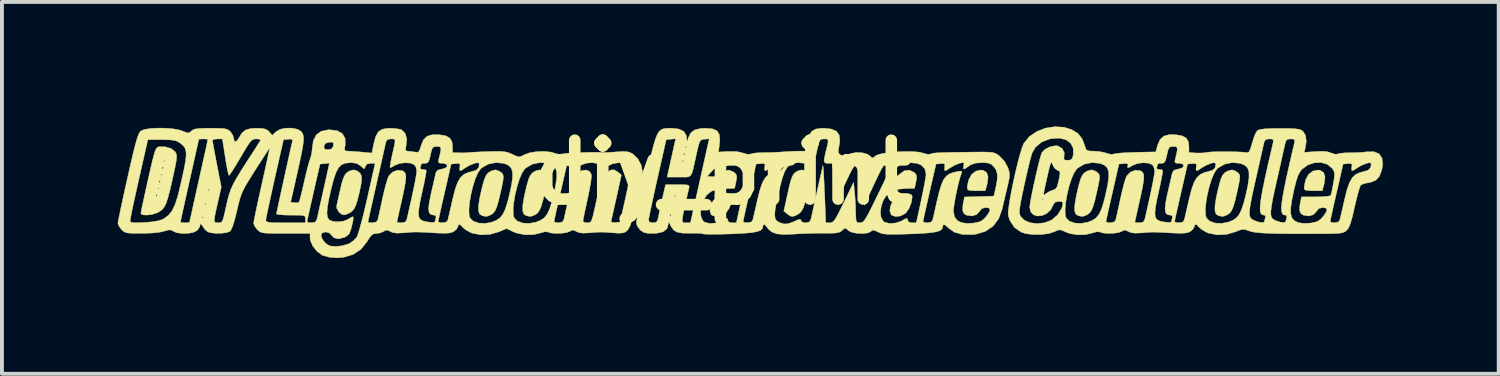
<source format=kicad_pcb>
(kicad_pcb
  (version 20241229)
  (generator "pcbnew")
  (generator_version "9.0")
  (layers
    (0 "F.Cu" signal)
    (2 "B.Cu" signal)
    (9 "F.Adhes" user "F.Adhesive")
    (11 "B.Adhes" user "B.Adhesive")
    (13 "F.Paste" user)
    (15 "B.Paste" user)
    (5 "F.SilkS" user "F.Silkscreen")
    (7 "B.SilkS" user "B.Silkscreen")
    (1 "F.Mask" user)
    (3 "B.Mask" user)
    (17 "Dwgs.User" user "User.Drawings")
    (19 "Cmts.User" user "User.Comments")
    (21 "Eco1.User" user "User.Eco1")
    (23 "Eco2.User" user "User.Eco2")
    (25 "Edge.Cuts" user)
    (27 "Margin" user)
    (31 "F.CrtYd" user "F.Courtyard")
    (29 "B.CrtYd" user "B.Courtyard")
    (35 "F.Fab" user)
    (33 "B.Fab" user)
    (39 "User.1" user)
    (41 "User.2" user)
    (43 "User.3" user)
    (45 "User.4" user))
  (footprint "diy_print"
    (layer "F.Cu")
    (at 15.687 1.418)
    (property "Reference" "diy_print" (at 0 0 0) (layer "F.SilkS") (effects (font (size 1.524 1.524) (thickness 0.3))))
    (attr through_hole)
    (fp_poly (pts (xy 0.213 0.575) (xy 0.237 0.622) (xy 0.213 0.779) (xy 0.153 0.933) (xy 0.07 1.049) (xy 0.053 1.065) (xy -0.066 1.127) (xy -0.19 1.143) (xy -0.29 1.111) (xy -0.314 1.089) (xy -0.345 0.996) (xy -0.328 0.873) (xy -0.271 0.747) (xy -0.19 0.652) (xy -0.087 0.589) (xy 0.029 0.555) (xy 0.137 0.549) (xy 0.213 0.575)) (stroke (width 0.01) (type solid)) (fill yes) (layer "F.SilkS"))
    (fp_poly (pts (xy 4.874 0.575) (xy 4.898 0.622) (xy 4.874 0.779) (xy 4.814 0.933) (xy 4.732 1.049) (xy 4.714 1.065) (xy 4.595 1.127) (xy 4.471 1.143) (xy 4.371 1.111) (xy 4.348 1.089) (xy 4.316 0.996) (xy 4.333 0.873) (xy 4.39 0.747) (xy 4.471 0.652) (xy 4.575 0.589) (xy 4.691 0.555) (xy 4.798 0.549) (xy 4.874 0.575)) (stroke (width 0.01) (type solid)) (fill yes) (layer "F.SilkS"))
    (fp_poly (pts (xy 6.735 -0.056) (xy 6.826 0.002) (xy 6.862 0.115) (xy 6.842 0.283) (xy 6.835 0.311) (xy 6.791 0.474) (xy 6.556 0.474) (xy 6.422 0.47) (xy 6.351 0.456) (xy 6.323 0.427) (xy 6.321 0.405) (xy 6.331 0.322) (xy 6.356 0.208) (xy 6.362 0.188) (xy 6.433 0.053) (xy 6.547 -0.036) (xy 6.683 -0.063) (xy 6.735 -0.056)) (stroke (width 0.01) (type solid)) (fill yes) (layer "F.SilkS"))
    (fp_poly (pts (xy 15.465 -0.056) (xy 15.556 0.002) (xy 15.592 0.115) (xy 15.572 0.283) (xy 15.565 0.311) (xy 15.521 0.474) (xy 15.286 0.474) (xy 15.153 0.47) (xy 15.081 0.456) (xy 15.053 0.427) (xy 15.051 0.405) (xy 15.061 0.322) (xy 15.086 0.208) (xy 15.092 0.188) (xy 15.163 0.053) (xy 15.277 -0.036) (xy 15.413 -0.063) (xy 15.465 -0.056)) (stroke (width 0.01) (type solid)) (fill yes) (layer "F.SilkS"))
    (fp_poly (pts (xy 2.121 -0.043) (xy 2.153 -0.024) (xy 2.207 0.021) (xy 2.238 0.079) (xy 2.247 0.162) (xy 2.232 0.287) (xy 2.196 0.467) (xy 2.171 0.58) (xy 2.121 0.777) (xy 2.076 0.913) (xy 2.028 1.003) (xy 1.967 1.063) (xy 1.909 1.1) (xy 1.812 1.14) (xy 1.737 1.129) (xy 1.658 1.074) (xy 1.57 1.002) (xy 1.66 0.59) (xy 1.71 0.366) (xy 1.752 0.207) (xy 1.791 0.1) (xy 1.833 0.03) (xy 1.884 -0.014) (xy 1.941 -0.042) (xy 2.038 -0.068) (xy 2.121 -0.043)) (stroke (width 0.01) (type solid)) (fill yes) (layer "F.SilkS"))
    (fp_poly (pts (xy -9.496 -0.045) (xy -9.461 -0.024) (xy -9.403 0.026) (xy -9.372 0.092) (xy -9.367 0.189) (xy -9.387 0.333) (xy -9.423 0.501) (xy -9.474 0.711) (xy -9.521 0.857) (xy -9.572 0.955) (xy -9.632 1.018) (xy -9.682 1.049) (xy -9.79 1.096) (xy -9.864 1.095) (xy -9.936 1.045) (xy -9.955 1.026) (xy -10.015 0.924) (xy -10.014 0.859) (xy -9.996 0.776) (xy -9.967 0.645) (xy -9.933 0.494) (xy -9.885 0.287) (xy -9.84 0.144) (xy -9.793 0.05) (xy -9.735 -0.008) (xy -9.675 -0.041) (xy -9.578 -0.068) (xy -9.496 -0.045)) (stroke (width 0.01) (type solid)) (fill yes) (layer "F.SilkS"))
    (fp_poly (pts (xy -5.81 -0.038) (xy -5.787 -0.024) (xy -5.736 0.013) (xy -5.706 0.054) (xy -5.695 0.113) (xy -5.704 0.206) (xy -5.731 0.349) (xy -5.767 0.511) (xy -5.819 0.731) (xy -5.865 0.887) (xy -5.91 0.991) (xy -5.961 1.057) (xy -6.024 1.099) (xy -6.03 1.102) (xy -6.109 1.134) (xy -6.171 1.137) (xy -6.251 1.118) (xy -6.311 1.079) (xy -6.34 0.996) (xy -6.339 0.86) (xy -6.309 0.663) (xy -6.279 0.526) (xy -6.229 0.317) (xy -6.186 0.171) (xy -6.143 0.075) (xy -6.093 0.013) (xy -6.028 -0.028) (xy -5.996 -0.043) (xy -5.898 -0.068) (xy -5.81 -0.038)) (stroke (width 0.01) (type solid)) (fill yes) (layer "F.SilkS"))
    (fp_poly (pts (xy -4.665 -0.038) (xy -4.642 -0.024) (xy -4.591 0.013) (xy -4.56 0.054) (xy -4.549 0.113) (xy -4.558 0.206) (xy -4.586 0.349) (xy -4.621 0.511) (xy -4.673 0.731) (xy -4.719 0.887) (xy -4.765 0.991) (xy -4.816 1.057) (xy -4.879 1.099) (xy -4.885 1.102) (xy -4.964 1.134) (xy -5.025 1.137) (xy -5.106 1.118) (xy -5.165 1.079) (xy -5.194 0.996) (xy -5.194 0.86) (xy -5.163 0.663) (xy -5.134 0.526) (xy -5.084 0.317) (xy -5.041 0.171) (xy -4.998 0.075) (xy -4.947 0.013) (xy -4.883 -0.028) (xy -4.85 -0.043) (xy -4.752 -0.068) (xy -4.665 -0.038)) (stroke (width 0.01) (type solid)) (fill yes) (layer "F.SilkS"))
    (fp_poly (pts (xy 9.635 -0.038) (xy 9.658 -0.024) (xy 9.709 0.013) (xy 9.74 0.054) (xy 9.75 0.113) (xy 9.742 0.206) (xy 9.714 0.349) (xy 9.679 0.511) (xy 9.627 0.731) (xy 9.581 0.887) (xy 9.535 0.991) (xy 9.484 1.057) (xy 9.421 1.099) (xy 9.415 1.102) (xy 9.336 1.134) (xy 9.274 1.137) (xy 9.194 1.118) (xy 9.135 1.079) (xy 9.105 0.996) (xy 9.106 0.86) (xy 9.137 0.663) (xy 9.166 0.526) (xy 9.216 0.317) (xy 9.259 0.171) (xy 9.302 0.075) (xy 9.352 0.013) (xy 9.417 -0.028) (xy 9.45 -0.043) (xy 9.548 -0.068) (xy 9.635 -0.038)) (stroke (width 0.01) (type solid)) (fill yes) (layer "F.SilkS"))
    (fp_poly (pts (xy 13.269 -0.038) (xy 13.292 -0.024) (xy 13.343 0.013) (xy 13.374 0.054) (xy 13.385 0.113) (xy 13.376 0.206) (xy 13.348 0.349) (xy 13.313 0.511) (xy 13.261 0.731) (xy 13.215 0.887) (xy 13.169 0.991) (xy 13.118 1.057) (xy 13.055 1.099) (xy 13.049 1.102) (xy 12.97 1.134) (xy 12.909 1.137) (xy 12.828 1.118) (xy 12.769 1.079) (xy 12.74 0.996) (xy 12.741 0.86) (xy 12.771 0.663) (xy 12.8 0.526) (xy 12.85 0.317) (xy 12.893 0.171) (xy 12.936 0.075) (xy 12.987 0.013) (xy 13.051 -0.028) (xy 13.084 -0.043) (xy 13.182 -0.068) (xy 13.269 -0.038)) (stroke (width 0.01) (type solid)) (fill yes) (layer "F.SilkS"))
    (fp_poly (pts (xy -14.454 -0.664) (xy -14.306 -0.621) (xy -14.204 -0.542) (xy -14.196 -0.532) (xy -14.174 -0.491) (xy -14.162 -0.444) (xy -14.161 -0.379) (xy -14.174 -0.281) (xy -14.201 -0.139) (xy -14.244 0.06) (xy -14.275 0.204) (xy -14.336 0.466) (xy -14.388 0.663) (xy -14.436 0.805) (xy -14.487 0.904) (xy -14.547 0.973) (xy -14.62 1.022) (xy -14.684 1.052) (xy -14.802 1.089) (xy -14.924 1.104) (xy -15.025 1.1) (xy -15.082 1.074) (xy -15.088 1.057) (xy -15.079 1.005) (xy -15.055 0.888) (xy -15.019 0.718) (xy -14.991 0.593) (xy -14.695 0.593) (xy -14.68 0.625) (xy -14.669 0.619) (xy -14.664 0.572) (xy -14.669 0.566) (xy -14.692 0.572) (xy -14.695 0.593) (xy -14.991 0.593) (xy -14.973 0.508) (xy -14.952 0.415) (xy -14.655 0.415) (xy -14.636 0.435) (xy -14.616 0.415) (xy -14.636 0.395) (xy -14.655 0.415) (xy -14.952 0.415) (xy -14.919 0.268) (xy -14.913 0.237) (xy -14.616 0.237) (xy -14.601 0.27) (xy -14.59 0.263) (xy -14.585 0.216) (xy -14.59 0.211) (xy -14.613 0.216) (xy -14.616 0.237) (xy -14.913 0.237) (xy -14.899 0.178) (xy -14.872 0.059) (xy -14.576 0.059) (xy -14.557 0.079) (xy -14.537 0.059) (xy -14.557 0.04) (xy -14.576 0.059) (xy -14.872 0.059) (xy -14.837 -0.096) (xy -14.832 -0.119) (xy -14.537 -0.119) (xy -14.522 -0.086) (xy -14.511 -0.092) (xy -14.506 -0.139) (xy -14.511 -0.145) (xy -14.534 -0.139) (xy -14.537 -0.119) (xy -14.832 -0.119) (xy -14.79 -0.296) (xy -14.497 -0.296) (xy -14.478 -0.277) (xy -14.458 -0.296) (xy -14.478 -0.316) (xy -14.497 -0.296) (xy -14.79 -0.296) (xy -14.789 -0.302) (xy -14.75 -0.451) (xy -14.719 -0.551) (xy -14.692 -0.614) (xy -14.665 -0.647) (xy -14.636 -0.662) (xy -14.62 -0.665) (xy -14.454 -0.664)) (stroke (width 0.01) (type solid)) (fill yes) (layer "F.SilkS"))
    (fp_poly (pts (xy -1.339 -1.146) (xy -1.148 -1.125) (xy -1.021 -1.064) (xy -0.956 -0.957) (xy -0.944 -0.879) (xy -0.941 -0.81) (xy -0.931 -0.809) (xy -0.909 -0.881) (xy -0.904 -0.897) (xy -0.842 -1.025) (xy -0.736 -1.104) (xy -0.576 -1.141) (xy -0.465 -1.146) (xy -0.281 -1.131) (xy -0.163 -1.081) (xy -0.102 -0.987) (xy -0.088 -0.838) (xy -0.095 -0.754) (xy -0.121 -0.529) (xy 0.129 -0.545) (xy 0.364 -0.541) (xy 0.519 -0.502) (xy 0.643 -0.467) (xy 0.716 -0.479) (xy 0.782 -0.497) (xy 0.9 -0.51) (xy 1.027 -0.514) (xy 1.213 -0.517) (xy 1.412 -0.525) (xy 1.521 -0.532) (xy 1.689 -0.543) (xy 1.858 -0.55) (xy 1.939 -0.552) (xy 2.121 -0.553) (xy 2.17 -0.774) (xy 2.222 -0.952) (xy 2.293 -1.064) (xy 2.397 -1.124) (xy 2.549 -1.145) (xy 2.59 -1.146) (xy 2.794 -1.127) (xy 2.931 -1.069) (xy 3.006 -0.967) (xy 3.021 -0.816) (xy 3.002 -0.69) (xy 2.982 -0.574) (xy 2.99 -0.503) (xy 3.033 -0.443) (xy 3.042 -0.435) (xy 3.121 -0.356) (xy 3.2 -0.435) (xy 3.304 -0.492) (xy 3.448 -0.517) (xy 3.603 -0.511) (xy 3.735 -0.473) (xy 3.792 -0.435) (xy 3.853 -0.382) (xy 3.895 -0.384) (xy 3.944 -0.429) (xy 4.02 -0.465) (xy 4.156 -0.496) (xy 4.333 -0.52) (xy 4.534 -0.536) (xy 4.738 -0.543) (xy 4.928 -0.54) (xy 5.085 -0.525) (xy 5.185 -0.5) (xy 5.304 -0.467) (xy 5.377 -0.478) (xy 5.401 -0.49) (xy 5.44 -0.499) (xy 5.503 -0.506) (xy 5.599 -0.512) (xy 5.737 -0.517) (xy 5.926 -0.521) (xy 6.175 -0.524) (xy 6.493 -0.528) (xy 6.521 -0.528) (xy 6.728 -0.53) (xy 6.873 -0.527) (xy 6.972 -0.518) (xy 7.042 -0.499) (xy 7.1 -0.469) (xy 7.159 -0.425) (xy 7.288 -0.288) (xy 7.371 -0.135) (xy 7.402 -0.046) (xy 7.418 0.028) (xy 7.417 0.109) (xy 7.397 0.219) (xy 7.36 0.381) (xy 7.353 0.409) (xy 7.309 0.593) (xy 7.268 0.77) (xy 7.235 0.91) (xy 7.227 0.947) (xy 7.138 1.196) (xy 6.993 1.39) (xy 6.796 1.525) (xy 6.55 1.599) (xy 6.462 1.61) (xy 6.197 1.606) (xy 5.988 1.547) (xy 5.838 1.44) (xy 5.752 1.362) (xy 5.703 1.351) (xy 5.688 1.401) (xy 5.675 1.457) (xy 5.628 1.501) (xy 5.539 1.534) (xy 5.4 1.558) (xy 5.202 1.576) (xy 4.936 1.59) (xy 4.834 1.593) (xy 4.582 1.601) (xy 4.395 1.604) (xy 4.26 1.601) (xy 4.164 1.592) (xy 4.092 1.576) (xy 4.032 1.552) (xy 4.015 1.543) (xy 3.918 1.5) (xy 3.862 1.498) (xy 3.828 1.526) (xy 3.752 1.566) (xy 3.629 1.583) (xy 3.486 1.579) (xy 3.351 1.556) (xy 3.253 1.513) (xy 3.239 1.501) (xy 3.179 1.448) (xy 3.137 1.45) (xy 3.082 1.501) (xy 3.037 1.537) (xy 2.977 1.559) (xy 2.886 1.571) (xy 2.747 1.575) (xy 2.598 1.574) (xy 2.368 1.575) (xy 2.112 1.582) (xy 1.876 1.594) (xy 1.813 1.598) (xy 1.571 1.608) (xy 1.39 1.591) (xy 1.26 1.544) (xy 1.166 1.464) (xy 1.136 1.421) (xy 1.079 1.354) (xy 1.039 1.353) (xy 1.027 1.401) (xy 1.013 1.457) (xy 0.966 1.501) (xy 0.878 1.534) (xy 0.739 1.558) (xy 0.541 1.576) (xy 0.275 1.59) (xy 0.173 1.593) (xy -0.051 1.599) (xy -0.246 1.602) (xy -0.4 1.601) (xy -0.499 1.596) (xy -0.53 1.59) (xy -0.579 1.579) (xy -0.685 1.573) (xy -0.828 1.574) (xy -0.85 1.574) (xy -1.05 1.572) (xy -1.189 1.548) (xy -1.283 1.494) (xy -1.348 1.404) (xy -1.364 1.37) (xy -1.4 1.294) (xy -1.417 1.288) (xy -1.421 1.333) (xy -1.456 1.456) (xy -1.557 1.537) (xy -1.724 1.576) (xy -1.819 1.58) (xy -1.964 1.575) (xy -2.058 1.553) (xy -2.129 1.507) (xy -2.155 1.483) (xy -2.221 1.397) (xy -2.251 1.32) (xy -2.251 1.315) (xy -2.243 1.26) (xy -2.238 1.234) (xy -1.934 1.234) (xy -1.911 1.287) (xy -1.828 1.304) (xy -1.822 1.304) (xy -1.744 1.294) (xy -1.704 1.249) (xy -1.68 1.155) (xy -1.67 1.106) (xy -1.383 1.106) (xy -1.368 1.139) (xy -1.356 1.132) (xy -1.352 1.086) (xy -1.356 1.08) (xy -1.38 1.085) (xy -1.383 1.106) (xy -1.67 1.106) (xy -1.658 1.048) (xy -1.637 0.948) (xy -1.343 0.948) (xy -1.329 0.981) (xy -1.317 0.974) (xy -1.312 0.928) (xy -1.317 0.922) (xy -1.34 0.927) (xy -1.343 0.948) (xy -1.637 0.948) (xy -1.625 0.892) (xy -1.598 0.77) (xy -1.304 0.77) (xy -1.284 0.79) (xy -1.264 0.77) (xy -1.284 0.751) (xy -1.304 0.77) (xy -1.598 0.77) (xy -1.586 0.716) (xy -1.573 0.662) (xy -1.562 0.612) (xy -1.264 0.612) (xy -1.244 0.632) (xy -1.225 0.612) (xy -1.244 0.593) (xy -1.264 0.612) (xy -1.562 0.612) (xy -1.494 0.316) (xy -1.181 0.316) (xy -1.025 0.317) (xy -0.934 0.323) (xy -0.891 0.34) (xy -0.882 0.37) (xy -0.888 0.405) (xy -0.954 0.691) (xy -1.003 0.909) (xy -1.036 1.068) (xy -1.055 1.177) (xy -1.059 1.246) (xy -1.05 1.285) (xy -1.027 1.301) (xy -0.993 1.304) (xy -0.958 1.304) (xy -0.849 1.303) (xy -0.786 1.02) (xy -0.588 1.02) (xy -0.573 1.158) (xy -0.517 1.261) (xy -0.474 1.292) (xy -0.343 1.322) (xy -0.185 1.308) (xy -0.035 1.254) (xy -0.011 1.24) (xy 0.072 1.194) (xy 0.11 1.196) (xy 0.119 1.244) (xy 0.153 1.292) (xy 0.23 1.304) (xy 0.341 1.304) (xy 0.347 1.274) (xy 0.515 1.274) (xy 0.548 1.295) (xy 0.629 1.304) (xy 0.73 1.281) (xy 0.764 1.234) (xy 0.78 1.17) (xy 0.796 1.104) (xy 1.334 1.104) (xy 1.347 1.192) (xy 1.383 1.25) (xy 1.444 1.29) (xy 1.474 1.303) (xy 1.576 1.334) (xy 1.672 1.33) (xy 1.793 1.289) (xy 1.847 1.265) (xy 1.95 1.222) (xy 2.001 1.216) (xy 2.015 1.243) (xy 2.015 1.246) (xy 2.05 1.291) (xy 2.132 1.304) (xy 2.225 1.287) (xy 2.268 1.227) (xy 2.271 1.215) (xy 2.287 1.147) (xy 2.316 1.017) (xy 2.355 0.841) (xy 2.4 0.633) (xy 2.431 0.494) (xy 2.479 0.279) (xy 2.521 0.091) (xy 2.555 -0.058) (xy 2.577 -0.152) (xy 2.583 -0.178) (xy 2.589 -0.153) (xy 2.596 -0.06) (xy 2.605 0.089) (xy 2.615 0.283) (xy 2.625 0.512) (xy 2.627 0.543) (xy 2.657 1.304) (xy 2.764 1.304) (xy 2.808 1.298) (xy 2.848 1.275) (xy 2.892 1.224) (xy 2.947 1.133) (xy 3.02 0.992) (xy 3.118 0.792) (xy 3.124 0.78) (xy 3.377 0.257) (xy 3.403 0.494) (xy 3.417 0.664) (xy 3.428 0.864) (xy 3.432 1.017) (xy 3.436 1.165) (xy 3.445 1.25) (xy 3.466 1.29) (xy 3.506 1.302) (xy 3.545 1.302) (xy 3.584 1.298) (xy 3.62 1.279) (xy 3.66 1.237) (xy 3.709 1.162) (xy 3.773 1.046) (xy 3.786 1.02) (xy 4.073 1.02) (xy 4.088 1.158) (xy 4.144 1.261) (xy 4.187 1.292) (xy 4.318 1.322) (xy 4.476 1.308) (xy 4.626 1.254) (xy 4.65 1.24) (xy 4.734 1.194) (xy 4.771 1.196) (xy 4.78 1.244) (xy 4.815 1.292) (xy 4.891 1.304) (xy 5.002 1.304) (xy 5.009 1.274) (xy 5.176 1.274) (xy 5.21 1.295) (xy 5.292 1.304) (xy 5.293 1.304) (xy 5.385 1.287) (xy 5.427 1.228) (xy 5.431 1.215) (xy 5.448 1.137) (xy 5.478 1.006) (xy 5.515 0.844) (xy 5.531 0.77) (xy 5.593 0.512) (xy 5.651 0.32) (xy 5.711 0.184) (xy 5.782 0.092) (xy 5.871 0.032) (xy 5.986 -0.006) (xy 6.056 -0.021) (xy 6.151 -0.036) (xy 6.185 -0.025) (xy 6.174 0.021) (xy 6.164 0.045) (xy 6.131 0.146) (xy 6.09 0.3) (xy 6.049 0.484) (xy 6.011 0.673) (xy 5.982 0.842) (xy 5.966 0.969) (xy 5.965 0.999) (xy 5.992 1.152) (xy 6.078 1.254) (xy 6.182 1.302) (xy 6.318 1.32) (xy 6.482 1.312) (xy 6.631 1.281) (xy 6.683 1.26) (xy 6.761 1.198) (xy 6.841 1.106) (xy 6.898 1.014) (xy 6.913 0.962) (xy 6.878 0.921) (xy 6.801 0.909) (xy 6.698 0.935) (xy 6.646 1.002) (xy 6.566 1.091) (xy 6.445 1.128) (xy 6.306 1.108) (xy 6.303 1.107) (xy 6.234 1.062) (xy 6.204 0.985) (xy 6.208 0.86) (xy 6.226 0.757) (xy 6.251 0.635) (xy 6.631 0.624) (xy 7.011 0.612) (xy 7.057 0.415) (xy 7.096 0.21) (xy 7.103 0.06) (xy 7.076 -0.053) (xy 7.016 -0.145) (xy 6.95 -0.209) (xy 6.875 -0.242) (xy 6.763 -0.253) (xy 6.702 -0.254) (xy 6.538 -0.242) (xy 6.419 -0.202) (xy 6.363 -0.166) (xy 6.272 -0.102) (xy 6.229 -0.087) (xy 6.222 -0.122) (xy 6.231 -0.176) (xy 6.238 -0.24) (xy 6.212 -0.257) (xy 6.132 -0.24) (xy 6.117 -0.236) (xy 5.989 -0.184) (xy 5.878 -0.119) (xy 5.784 -0.056) (xy 5.739 -0.049) (xy 5.731 -0.098) (xy 5.738 -0.14) (xy 5.743 -0.21) (xy 5.708 -0.233) (xy 5.635 -0.229) (xy 5.513 -0.217) (xy 5.345 0.514) (xy 5.293 0.744) (xy 5.247 0.947) (xy 5.21 1.112) (xy 5.186 1.225) (xy 5.176 1.274) (xy 5.176 1.274) (xy 5.009 1.274) (xy 5.129 0.721) (xy 5.173 0.51) (xy 5.211 0.32) (xy 5.238 0.167) (xy 5.253 0.069) (xy 5.254 0.047) (xy 5.224 -0.094) (xy 5.133 -0.19) (xy 5.018 -0.237) (xy 4.802 -0.256) (xy 4.595 -0.204) (xy 4.416 -0.085) (xy 4.377 -0.045) (xy 4.251 0.099) (xy 4.378 0.111) (xy 4.501 0.099) (xy 4.574 0.044) (xy 4.689 -0.043) (xy 4.817 -0.061) (xy 4.937 -0.008) (xy 4.994 0.047) (xy 5.013 0.108) (xy 5.001 0.206) (xy 4.994 0.239) (xy 4.958 0.411) (xy 4.719 0.417) (xy 4.554 0.433) (xy 4.407 0.468) (xy 4.35 0.491) (xy 4.238 0.582) (xy 4.152 0.713) (xy 4.096 0.865) (xy 4.073 1.02) (xy 3.786 1.02) (xy 3.857 0.88) (xy 3.967 0.654) (xy 4.009 0.567) (xy 4.117 0.345) (xy 4.213 0.146) (xy 4.292 -0.018) (xy 4.348 -0.136) (xy 4.376 -0.197) (xy 4.378 -0.202) (xy 4.354 -0.227) (xy 4.277 -0.237) (xy 4.277 -0.237) (xy 4.231 -0.233) (xy 4.191 -0.214) (xy 4.15 -0.17) (xy 4.101 -0.09) (xy 4.035 0.037) (xy 3.947 0.222) (xy 3.908 0.305) (xy 3.654 0.848) (xy 3.627 0.671) (xy 3.615 0.549) (xy 3.605 0.379) (xy 3.599 0.191) (xy 3.598 0.126) (xy 3.595 -0.242) (xy 3.494 -0.23) (xy 3.451 -0.216) (xy 3.408 -0.181) (xy 3.359 -0.112) (xy 3.297 0.001) (xy 3.215 0.169) (xy 3.15 0.309) (xy 3.049 0.521) (xy 2.975 0.665) (xy 2.924 0.748) (xy 2.891 0.775) (xy 2.878 0.763) (xy 2.867 0.696) (xy 2.857 0.57) (xy 2.85 0.401) (xy 2.847 0.227) (xy 2.844 -0.237) (xy 2.726 -0.237) (xy 2.66 -0.241) (xy 2.624 -0.262) (xy 2.615 -0.315) (xy 2.63 -0.415) (xy 2.667 -0.573) (xy 2.703 -0.722) (xy 2.718 -0.81) (xy 2.709 -0.854) (xy 2.675 -0.868) (xy 2.611 -0.869) (xy 2.552 -0.864) (xy 2.512 -0.84) (xy 2.482 -0.778) (xy 2.451 -0.664) (xy 2.434 -0.588) (xy 2.402 -0.444) (xy 2.38 -0.328) (xy 2.37 -0.264) (xy 2.37 -0.262) (xy 2.349 -0.191) (xy 2.332 -0.16) (xy 2.297 -0.126) (xy 2.249 -0.146) (xy 2.21 -0.179) (xy 2.106 -0.237) (xy 1.955 -0.253) (xy 1.944 -0.253) (xy 1.827 -0.241) (xy 1.733 -0.205) (xy 1.657 -0.134) (xy 1.591 -0.02) (xy 1.531 0.147) (xy 1.469 0.378) (xy 1.429 0.546) (xy 1.376 0.792) (xy 1.344 0.975) (xy 1.334 1.104) (xy 0.796 1.104) (xy 0.809 1.047) (xy 0.847 0.882) (xy 0.89 0.693) (xy 0.89 0.693) (xy 0.954 0.442) (xy 1.018 0.259) (xy 1.092 0.132) (xy 1.183 0.049) (xy 1.298 -0.002) (xy 1.372 -0.019) (xy 1.5 -0.058) (xy 1.564 -0.122) (xy 1.579 -0.205) (xy 1.568 -0.247) (xy 1.519 -0.251) (xy 1.452 -0.234) (xy 1.323 -0.182) (xy 1.216 -0.119) (xy 1.123 -0.056) (xy 1.077 -0.049) (xy 1.07 -0.098) (xy 1.077 -0.14) (xy 1.082 -0.21) (xy 1.047 -0.233) (xy 0.974 -0.229) (xy 0.852 -0.217) (xy 0.684 0.514) (xy 0.632 0.744) (xy 0.586 0.947) (xy 0.549 1.112) (xy 0.525 1.225) (xy 0.515 1.274) (xy 0.515 1.274) (xy 0.347 1.274) (xy 0.467 0.721) (xy 0.512 0.51) (xy 0.549 0.32) (xy 0.577 0.167) (xy 0.592 0.069) (xy 0.593 0.047) (xy 0.563 -0.094) (xy 0.471 -0.19) (xy 0.357 -0.237) (xy 0.141 -0.256) (xy -0.067 -0.204) (xy -0.245 -0.085) (xy -0.284 -0.045) (xy -0.411 0.099) (xy -0.283 0.111) (xy -0.16 0.099) (xy -0.087 0.044) (xy 0.027 -0.043) (xy 0.155 -0.061) (xy 0.276 -0.008) (xy 0.333 0.047) (xy 0.352 0.108) (xy 0.339 0.206) (xy 0.333 0.239) (xy 0.296 0.411) (xy 0.058 0.417) (xy -0.107 0.433) (xy -0.254 0.468) (xy -0.311 0.491) (xy -0.423 0.582) (xy -0.509 0.713) (xy -0.566 0.865) (xy -0.588 1.02) (xy -0.786 1.02) (xy -0.675 0.523) (xy -0.616 0.261) (xy -0.559 0.003) (xy -0.506 -0.233) (xy -0.462 -0.429) (xy -0.432 -0.565) (xy -0.363 -0.873) (xy -0.487 -0.861) (xy -0.544 -0.853) (xy -0.584 -0.832) (xy -0.614 -0.783) (xy -0.643 -0.692) (xy -0.678 -0.545) (xy -0.695 -0.467) (xy -0.744 -0.243) (xy -0.78 -0.084) (xy -0.812 0.021) (xy -0.848 0.082) (xy -0.896 0.112) (xy -0.966 0.121) (xy -1.065 0.119) (xy -1.142 0.119) (xy -1.453 0.119) (xy -1.376 -0.227) (xy -1.361 -0.296) (xy -1.067 -0.296) (xy -1.047 -0.277) (xy -1.027 -0.296) (xy -1.047 -0.316) (xy -1.067 -0.296) (xy -1.361 -0.296) (xy -1.337 -0.404) (xy -1.321 -0.474) (xy -1.027 -0.474) (xy -1.013 -0.442) (xy -1.001 -0.448) (xy -0.996 -0.495) (xy -1.001 -0.5) (xy -1.024 -0.495) (xy -1.027 -0.474) (xy -1.321 -0.474) (xy -1.3 -0.57) (xy -1.282 -0.652) (xy -0.988 -0.652) (xy -0.968 -0.632) (xy -0.948 -0.652) (xy -0.968 -0.672) (xy -0.988 -0.652) (xy -1.282 -0.652) (xy -1.272 -0.697) (xy -1.266 -0.723) (xy -1.232 -0.874) (xy -1.354 -0.861) (xy -1.477 -0.849) (xy -1.705 0.158) (xy -1.766 0.432) (xy -1.821 0.683) (xy -1.868 0.9) (xy -1.904 1.072) (xy -1.927 1.187) (xy -1.934 1.234) (xy -2.238 1.234) (xy -2.219 1.137) (xy -2.182 0.959) (xy -2.134 0.734) (xy -2.077 0.474) (xy -2.014 0.189) (xy -1.998 0.12) (xy -1.921 -0.225) (xy -1.857 -0.501) (xy -1.802 -0.716) (xy -1.753 -0.876) (xy -1.706 -0.991) (xy -1.657 -1.067) (xy -1.6 -1.113) (xy -1.534 -1.136) (xy -1.452 -1.145) (xy -1.352 -1.146) (xy -1.339 -1.146)) (stroke (width 0.01) (type solid)) (fill yes) (layer "F.SilkS"))
    (fp_poly (pts (xy 8.839 -1.17) (xy 9.031 -1.109) (xy 9.194 -1.008) (xy 9.302 -0.867) (xy 9.365 -0.701) (xy 9.392 -0.613) (xy 9.43 -0.57) (xy 9.502 -0.555) (xy 9.602 -0.553) (xy 9.749 -0.542) (xy 9.888 -0.513) (xy 9.93 -0.498) (xy 10.049 -0.467) (xy 10.122 -0.478) (xy 10.183 -0.492) (xy 10.306 -0.505) (xy 10.474 -0.515) (xy 10.669 -0.522) (xy 10.695 -0.523) (xy 11.207 -0.533) (xy 11.252 -0.7) (xy 11.316 -0.851) (xy 11.415 -0.942) (xy 11.563 -0.981) (xy 11.715 -0.979) (xy 11.889 -0.95) (xy 11.999 -0.89) (xy 12.054 -0.79) (xy 12.066 -0.673) (xy 12.066 -0.517) (xy 12.245 -0.505) (xy 12.385 -0.504) (xy 12.514 -0.516) (xy 12.542 -0.521) (xy 12.626 -0.531) (xy 12.765 -0.537) (xy 12.938 -0.539) (xy 13.124 -0.538) (xy 13.303 -0.534) (xy 13.454 -0.527) (xy 13.557 -0.517) (xy 13.582 -0.512) (xy 13.62 -0.531) (xy 13.662 -0.619) (xy 13.705 -0.767) (xy 13.75 -0.91) (xy 13.799 -1.026) (xy 13.844 -1.09) (xy 13.845 -1.091) (xy 13.914 -1.115) (xy 14.048 -1.132) (xy 14.251 -1.14) (xy 14.421 -1.141) (xy 14.638 -1.14) (xy 14.79 -1.134) (xy 14.894 -1.122) (xy 14.963 -1.103) (xy 15.012 -1.073) (xy 15.017 -1.07) (xy 15.087 -0.963) (xy 15.106 -0.805) (xy 15.078 -0.625) (xy 15.05 -0.52) (xy 15.342 -0.542) (xy 15.528 -0.549) (xy 15.659 -0.536) (xy 15.752 -0.504) (xy 15.863 -0.469) (xy 15.925 -0.48) (xy 15.991 -0.497) (xy 16.108 -0.508) (xy 16.235 -0.511) (xy 16.406 -0.513) (xy 16.577 -0.524) (xy 16.674 -0.535) (xy 16.86 -0.537) (xy 16.992 -0.483) (xy 17.068 -0.373) (xy 17.086 -0.211) (xy 17.064 -0.074) (xy 17.004 0.094) (xy 16.912 0.199) (xy 16.774 0.255) (xy 16.713 0.265) (xy 16.602 0.29) (xy 16.524 0.325) (xy 16.513 0.334) (xy 16.49 0.389) (xy 16.455 0.505) (xy 16.412 0.667) (xy 16.366 0.859) (xy 16.354 0.912) (xy 16.298 1.154) (xy 16.248 1.329) (xy 16.195 1.448) (xy 16.129 1.523) (xy 16.038 1.563) (xy 15.914 1.58) (xy 15.746 1.585) (xy 15.726 1.585) (xy 15.266 1.587) (xy 14.878 1.588) (xy 14.556 1.586) (xy 14.293 1.582) (xy 14.082 1.575) (xy 13.917 1.565) (xy 13.79 1.552) (xy 13.696 1.536) (xy 13.627 1.515) (xy 13.62 1.513) (xy 13.525 1.48) (xy 13.45 1.475) (xy 13.359 1.501) (xy 13.275 1.536) (xy 13.04 1.604) (xy 12.799 1.616) (xy 12.578 1.573) (xy 12.503 1.541) (xy 12.399 1.479) (xy 12.327 1.419) (xy 12.314 1.402) (xy 12.263 1.35) (xy 12.219 1.356) (xy 12.206 1.401) (xy 12.176 1.463) (xy 12.108 1.524) (xy 12.049 1.554) (xy 11.973 1.57) (xy 11.86 1.576) (xy 11.695 1.571) (xy 11.584 1.566) (xy 11.392 1.555) (xy 11.258 1.549) (xy 11.162 1.546) (xy 11.083 1.547) (xy 11.001 1.552) (xy 10.895 1.561) (xy 10.832 1.566) (xy 10.663 1.572) (xy 10.55 1.555) (xy 10.495 1.529) (xy 10.418 1.492) (xy 10.356 1.508) (xy 10.33 1.525) (xy 10.246 1.556) (xy 10.115 1.575) (xy 9.969 1.579) (xy 9.839 1.568) (xy 9.762 1.544) (xy 9.682 1.534) (xy 9.575 1.565) (xy 9.39 1.61) (xy 9.178 1.616) (xy 8.975 1.582) (xy 8.871 1.542) (xy 8.771 1.496) (xy 8.702 1.487) (xy 8.628 1.513) (xy 8.596 1.529) (xy 8.445 1.58) (xy 8.248 1.607) (xy 8.038 1.609) (xy 7.846 1.586) (xy 7.721 1.548) (xy 7.545 1.424) (xy 7.427 1.247) (xy 7.385 1.117) (xy 7.383 1.03) (xy 7.387 0.995) (xy 7.675 0.995) (xy 7.677 1.06) (xy 7.69 1.107) (xy 7.706 1.139) (xy 7.804 1.239) (xy 7.953 1.302) (xy 8.131 1.325) (xy 8.318 1.305) (xy 8.494 1.24) (xy 8.509 1.231) (xy 8.663 1.102) (xy 8.744 0.971) (xy 8.857 0.971) (xy 8.865 1.115) (xy 8.884 1.178) (xy 8.971 1.263) (xy 9.109 1.311) (xy 9.276 1.32) (xy 9.453 1.287) (xy 9.485 1.274) (xy 9.917 1.274) (xy 9.95 1.295) (xy 10.031 1.304) (xy 10.132 1.281) (xy 10.167 1.234) (xy 10.182 1.171) (xy 10.21 1.047) (xy 10.247 0.881) (xy 10.288 0.689) (xy 10.292 0.672) (xy 10.337 0.476) (xy 10.382 0.301) (xy 10.423 0.166) (xy 10.453 0.09) (xy 10.455 0.087) (xy 10.554 -0.011) (xy 10.681 -0.059) (xy 10.806 -0.045) (xy 10.813 -0.043) (xy 10.859 -0.013) (xy 10.888 0.035) (xy 10.898 0.11) (xy 10.89 0.223) (xy 10.863 0.386) (xy 10.816 0.609) (xy 10.784 0.751) (xy 10.741 0.943) (xy 10.705 1.105) (xy 10.679 1.224) (xy 10.666 1.284) (xy 10.666 1.288) (xy 10.7 1.299) (xy 10.783 1.304) (xy 10.783 1.304) (xy 10.876 1.287) (xy 10.919 1.228) (xy 10.922 1.215) (xy 10.959 1.055) (xy 11.185 1.055) (xy 11.196 1.153) (xy 11.232 1.216) (xy 11.294 1.253) (xy 11.377 1.275) (xy 11.517 1.295) (xy 11.592 1.292) (xy 11.608 1.274) (xy 11.694 1.274) (xy 11.727 1.295) (xy 11.809 1.304) (xy 11.91 1.281) (xy 11.943 1.234) (xy 11.959 1.17) (xy 11.988 1.047) (xy 12.006 0.971) (xy 12.491 0.971) (xy 12.499 1.115) (xy 12.518 1.178) (xy 12.606 1.263) (xy 12.743 1.311) (xy 12.91 1.32) (xy 13.087 1.287) (xy 13.202 1.24) (xy 13.294 1.178) (xy 13.368 1.089) (xy 13.406 1.011) (xy 13.635 1.011) (xy 13.637 1.103) (xy 13.655 1.166) (xy 13.69 1.207) (xy 13.74 1.237) (xy 13.757 1.245) (xy 13.885 1.289) (xy 13.979 1.3) (xy 14.022 1.276) (xy 14.023 1.267) (xy 14.036 1.201) (xy 14.047 1.169) (xy 14.044 1.115) (xy 14.013 1.106) (xy 13.967 1.098) (xy 13.934 1.069) (xy 13.914 1.013) (xy 13.914 1.011) (xy 14.188 1.011) (xy 14.19 1.103) (xy 14.208 1.166) (xy 14.243 1.207) (xy 14.293 1.237) (xy 14.31 1.245) (xy 14.438 1.289) (xy 14.532 1.3) (xy 14.575 1.276) (xy 14.576 1.267) (xy 14.589 1.201) (xy 14.6 1.169) (xy 14.597 1.115) (xy 14.566 1.106) (xy 14.52 1.098) (xy 14.487 1.069) (xy 14.486 1.067) (xy 14.703 1.067) (xy 14.732 1.174) (xy 14.793 1.246) (xy 14.886 1.293) (xy 14.912 1.302) (xy 15.048 1.32) (xy 15.212 1.312) (xy 15.361 1.281) (xy 15.378 1.274) (xy 15.724 1.274) (xy 15.757 1.295) (xy 15.838 1.304) (xy 15.939 1.281) (xy 15.973 1.234) (xy 15.988 1.17) (xy 16.018 1.047) (xy 16.056 0.882) (xy 16.099 0.693) (xy 16.099 0.693) (xy 16.162 0.442) (xy 16.227 0.259) (xy 16.3 0.132) (xy 16.391 0.049) (xy 16.506 -0.002) (xy 16.58 -0.019) (xy 16.708 -0.058) (xy 16.773 -0.122) (xy 16.788 -0.205) (xy 16.777 -0.247) (xy 16.728 -0.251) (xy 16.66 -0.234) (xy 16.532 -0.182) (xy 16.425 -0.119) (xy 16.331 -0.056) (xy 16.286 -0.049) (xy 16.278 -0.098) (xy 16.285 -0.14) (xy 16.29 -0.21) (xy 16.256 -0.233) (xy 16.182 -0.229) (xy 16.06 -0.217) (xy 15.893 0.514) (xy 15.84 0.744) (xy 15.794 0.947) (xy 15.758 1.112) (xy 15.733 1.225) (xy 15.724 1.274) (xy 15.724 1.274) (xy 15.378 1.274) (xy 15.413 1.26) (xy 15.491 1.198) (xy 15.571 1.106) (xy 15.628 1.014) (xy 15.643 0.962) (xy 15.608 0.921) (xy 15.531 0.909) (xy 15.428 0.935) (xy 15.376 1.002) (xy 15.296 1.091) (xy 15.175 1.128) (xy 15.036 1.108) (xy 15.033 1.107) (xy 14.965 1.063) (xy 14.934 0.986) (xy 14.938 0.862) (xy 14.957 0.755) (xy 14.981 0.632) (xy 15.349 0.632) (xy 15.512 0.629) (xy 15.643 0.619) (xy 15.723 0.606) (xy 15.739 0.597) (xy 15.755 0.544) (xy 15.78 0.435) (xy 15.806 0.293) (xy 15.808 0.282) (xy 15.832 0.133) (xy 15.838 0.037) (xy 15.825 -0.028) (xy 15.79 -0.088) (xy 15.775 -0.108) (xy 15.654 -0.21) (xy 15.495 -0.257) (xy 15.319 -0.252) (xy 15.147 -0.194) (xy 14.997 -0.085) (xy 14.994 -0.082) (xy 14.934 -0.005) (xy 14.885 0.098) (xy 14.838 0.245) (xy 14.789 0.442) (xy 14.733 0.712) (xy 14.703 0.917) (xy 14.703 1.067) (xy 14.486 1.067) (xy 14.467 1.013) (xy 14.461 0.925) (xy 14.47 0.798) (xy 14.495 0.627) (xy 14.536 0.405) (xy 14.594 0.126) (xy 14.67 -0.215) (xy 14.765 -0.625) (xy 14.801 -0.78) (xy 14.805 -0.843) (xy 14.763 -0.866) (xy 14.702 -0.869) (xy 14.616 -0.858) (xy 14.574 -0.807) (xy 14.556 -0.741) (xy 14.539 -0.663) (xy 14.507 -0.522) (xy 14.465 -0.333) (xy 14.415 -0.11) (xy 14.36 0.133) (xy 14.355 0.153) (xy 14.286 0.459) (xy 14.236 0.698) (xy 14.203 0.879) (xy 14.188 1.011) (xy 13.914 1.011) (xy 13.908 0.925) (xy 13.917 0.798) (xy 13.942 0.627) (xy 13.983 0.405) (xy 14.041 0.126) (xy 14.117 -0.215) (xy 14.212 -0.625) (xy 14.248 -0.78) (xy 14.252 -0.843) (xy 14.21 -0.866) (xy 14.149 -0.869) (xy 14.063 -0.858) (xy 14.021 -0.807) (xy 14.003 -0.741) (xy 13.986 -0.663) (xy 13.954 -0.522) (xy 13.912 -0.333) (xy 13.862 -0.11) (xy 13.807 0.133) (xy 13.802 0.153) (xy 13.733 0.459) (xy 13.683 0.698) (xy 13.65 0.879) (xy 13.635 1.011) (xy 13.406 1.011) (xy 13.431 0.959) (xy 13.49 0.775) (xy 13.535 0.6) (xy 13.593 0.335) (xy 13.622 0.134) (xy 13.62 -0.013) (xy 13.586 -0.116) (xy 13.518 -0.185) (xy 13.414 -0.23) (xy 13.393 -0.236) (xy 13.19 -0.256) (xy 12.991 -0.215) (xy 12.823 -0.118) (xy 12.793 -0.092) (xy 12.722 0.013) (xy 12.654 0.173) (xy 12.593 0.367) (xy 12.542 0.578) (xy 12.507 0.786) (xy 12.491 0.971) (xy 12.006 0.971) (xy 12.026 0.882) (xy 12.069 0.693) (xy 12.07 0.693) (xy 12.133 0.442) (xy 12.198 0.259) (xy 12.271 0.132) (xy 12.362 0.049) (xy 12.477 -0.002) (xy 12.551 -0.019) (xy 12.679 -0.058) (xy 12.743 -0.122) (xy 12.759 -0.205) (xy 12.747 -0.247) (xy 12.698 -0.251) (xy 12.631 -0.234) (xy 12.502 -0.182) (xy 12.395 -0.119) (xy 12.302 -0.056) (xy 12.257 -0.049) (xy 12.249 -0.098) (xy 12.256 -0.14) (xy 12.261 -0.21) (xy 12.226 -0.233) (xy 12.153 -0.229) (xy 12.031 -0.217) (xy 11.863 0.514) (xy 11.811 0.744) (xy 11.765 0.947) (xy 11.728 1.112) (xy 11.704 1.225) (xy 11.694 1.274) (xy 11.694 1.274) (xy 11.608 1.274) (xy 11.614 1.267) (xy 11.627 1.201) (xy 11.638 1.169) (xy 11.635 1.118) (xy 11.58 1.106) (xy 11.505 1.091) (xy 11.461 1.041) (xy 11.447 0.946) (xy 11.461 0.796) (xy 11.502 0.584) (xy 11.515 0.526) (xy 11.558 0.344) (xy 11.595 0.183) (xy 11.622 0.064) (xy 11.634 0.012) (xy 11.675 -0.055) (xy 11.77 -0.085) (xy 11.781 -0.086) (xy 11.882 -0.114) (xy 11.928 -0.161) (xy 11.917 -0.208) (xy 11.843 -0.235) (xy 11.81 -0.237) (xy 11.725 -0.243) (xy 11.699 -0.276) (xy 11.71 -0.34) (xy 11.749 -0.5) (xy 11.765 -0.597) (xy 11.758 -0.649) (xy 11.724 -0.668) (xy 11.661 -0.672) (xy 11.591 -0.666) (xy 11.549 -0.637) (xy 11.521 -0.566) (xy 11.495 -0.454) (xy 11.465 -0.329) (xy 11.434 -0.264) (xy 11.389 -0.239) (xy 11.354 -0.237) (xy 11.281 -0.231) (xy 11.258 -0.22) (xy 11.246 -0.174) (xy 11.234 -0.141) (xy 11.237 -0.091) (xy 11.287 -0.079) (xy 11.36 -0.07) (xy 11.384 -0.058) (xy 11.383 -0.014) (xy 11.367 0.091) (xy 11.338 0.243) (xy 11.298 0.425) (xy 11.294 0.445) (xy 11.235 0.711) (xy 11.198 0.911) (xy 11.185 1.055) (xy 10.959 1.055) (xy 10.994 0.899) (xy 11.058 0.612) (xy 11.11 0.365) (xy 11.149 0.167) (xy 11.172 0.027) (xy 11.179 -0.039) (xy 11.157 -0.14) (xy 11.114 -0.203) (xy 11.018 -0.241) (xy 10.882 -0.251) (xy 10.738 -0.233) (xy 10.619 -0.189) (xy 10.61 -0.184) (xy 10.516 -0.13) (xy 10.476 -0.127) (xy 10.482 -0.176) (xy 10.483 -0.18) (xy 10.485 -0.222) (xy 10.433 -0.233) (xy 10.38 -0.23) (xy 10.253 -0.217) (xy 10.086 0.514) (xy 10.033 0.744) (xy 9.987 0.947) (xy 9.951 1.112) (xy 9.926 1.225) (xy 9.917 1.274) (xy 9.917 1.274) (xy 9.485 1.274) (xy 9.568 1.24) (xy 9.66 1.178) (xy 9.733 1.089) (xy 9.796 0.959) (xy 9.856 0.775) (xy 9.9 0.6) (xy 9.958 0.335) (xy 9.987 0.134) (xy 9.986 -0.013) (xy 9.952 -0.116) (xy 9.884 -0.185) (xy 9.78 -0.23) (xy 9.759 -0.236) (xy 9.556 -0.256) (xy 9.357 -0.215) (xy 9.188 -0.118) (xy 9.159 -0.092) (xy 9.088 0.013) (xy 9.02 0.173) (xy 8.958 0.367) (xy 8.908 0.578) (xy 8.873 0.786) (xy 8.857 0.971) (xy 8.744 0.971) (xy 8.769 0.931) (xy 8.792 0.859) (xy 8.802 0.783) (xy 8.769 0.755) (xy 8.697 0.751) (xy 8.601 0.768) (xy 8.553 0.83) (xy 8.55 0.839) (xy 8.483 0.97) (xy 8.382 1.063) (xy 8.264 1.117) (xy 8.145 1.129) (xy 8.04 1.098) (xy 7.967 1.023) (xy 7.94 0.906) (xy 7.949 0.821) (xy 7.971 0.691) (xy 8.256 0.691) (xy 8.276 0.711) (xy 8.295 0.691) (xy 8.276 0.672) (xy 8.256 0.691) (xy 7.971 0.691) (xy 7.973 0.678) (xy 7.996 0.563) (xy 8.302 0.563) (xy 8.308 0.585) (xy 8.33 0.575) (xy 8.365 0.545) (xy 8.457 0.489) (xy 8.539 0.46) (xy 8.606 0.432) (xy 8.648 0.373) (xy 8.681 0.262) (xy 8.687 0.235) (xy 8.716 0.095) (xy 8.726 0.014) (xy 8.714 -0.028) (xy 8.679 -0.05) (xy 8.654 -0.058) (xy 8.585 -0.111) (xy 8.54 -0.189) (xy 8.52 -0.24) (xy 8.502 -0.258) (xy 8.483 -0.235) (xy 8.459 -0.161) (xy 8.427 -0.028) (xy 8.381 0.172) (xy 8.377 0.191) (xy 8.336 0.377) (xy 8.311 0.497) (xy 8.302 0.563) (xy 7.996 0.563) (xy 8.009 0.495) (xy 8.053 0.287) (xy 8.101 0.073) (xy 8.149 -0.131) (xy 8.193 -0.309) (xy 8.231 -0.443) (xy 8.257 -0.516) (xy 8.258 -0.517) (xy 8.339 -0.6) (xy 8.464 -0.664) (xy 8.599 -0.693) (xy 8.672 -0.687) (xy 8.78 -0.624) (xy 8.835 -0.516) (xy 8.831 -0.411) (xy 8.824 -0.344) (xy 8.863 -0.319) (xy 8.925 -0.316) (xy 9.005 -0.326) (xy 9.046 -0.37) (xy 9.07 -0.462) (xy 9.068 -0.627) (xy 9.003 -0.757) (xy 8.881 -0.847) (xy 8.712 -0.889) (xy 8.506 -0.878) (xy 8.467 -0.87) (xy 8.251 -0.789) (xy 8.091 -0.654) (xy 8.003 -0.504) (xy 7.978 -0.424) (xy 7.941 -0.282) (xy 7.895 -0.093) (xy 7.844 0.127) (xy 7.799 0.329) (xy 7.746 0.581) (xy 7.708 0.768) (xy 7.685 0.902) (xy 7.675 0.995) (xy 7.387 0.995) (xy 7.4 0.883) (xy 7.43 0.688) (xy 7.472 0.462) (xy 7.522 0.218) (xy 7.577 -0.028) (xy 7.634 -0.262) (xy 7.69 -0.47) (xy 7.741 -0.635) (xy 7.784 -0.745) (xy 7.79 -0.756) (xy 7.929 -0.928) (xy 8.122 -1.06) (xy 8.349 -1.148) (xy 8.595 -1.186) (xy 8.839 -1.17)) (stroke (width 0.01) (type solid)) (fill yes) (layer "F.SilkS"))
    (fp_poly (pts (xy -11.028 -1.118) (xy -10.942 -1.067) (xy -10.905 -1.022) (xy -10.882 -0.966) (xy -10.872 -0.89) (xy -10.877 -0.784) (xy -10.898 -0.638) (xy -10.936 -0.442) (xy -10.991 -0.185) (xy -11.037 0.02) (xy -11.206 0.77) (xy -11.11 0.783) (xy -11.028 0.785) (xy -10.993 0.775) (xy -10.976 0.73) (xy -10.947 0.623) (xy -10.909 0.47) (xy -10.866 0.284) (xy -10.858 0.248) (xy -10.812 0.05) (xy -10.767 -0.129) (xy -10.729 -0.268) (xy -10.702 -0.351) (xy -10.699 -0.356) (xy -10.668 -0.462) (xy -10.65 -0.593) (xy -10.649 -0.612) (xy -10.639 -0.681) (xy -10.342 -0.681) (xy -10.339 -0.618) (xy -10.289 -0.595) (xy -10.238 -0.593) (xy -10.15 -0.607) (xy -10.109 -0.664) (xy -10.103 -0.693) (xy -10.097 -0.762) (xy -10.132 -0.786) (xy -10.207 -0.782) (xy -10.301 -0.757) (xy -10.34 -0.697) (xy -10.342 -0.681) (xy -10.639 -0.681) (xy -10.619 -0.825) (xy -10.542 -0.976) (xy -10.414 -1.068) (xy -10.233 -1.105) (xy -10.192 -1.106) (xy -9.999 -1.081) (xy -9.867 -1.006) (xy -9.797 -0.884) (xy -9.791 -0.72) (xy -9.799 -0.681) (xy -9.812 -0.594) (xy -9.789 -0.559) (xy -9.722 -0.553) (xy -9.628 -0.549) (xy -9.489 -0.539) (xy -9.361 -0.528) (xy -9.103 -0.504) (xy -9.053 -0.748) (xy -9.003 -0.933) (xy -8.937 -1.052) (xy -8.84 -1.118) (xy -8.698 -1.144) (xy -8.629 -1.146) (xy -8.491 -1.138) (xy -8.376 -1.119) (xy -8.331 -1.104) (xy -8.239 -1.012) (xy -8.199 -0.872) (xy -8.213 -0.709) (xy -8.231 -0.609) (xy -8.221 -0.564) (xy -8.18 -0.553) (xy -8.178 -0.553) (xy -8.087 -0.545) (xy -7.993 -0.53) (xy -7.923 -0.522) (xy -7.881 -0.546) (xy -7.85 -0.62) (xy -7.831 -0.687) (xy -7.768 -0.843) (xy -7.672 -0.938) (xy -7.531 -0.98) (xy -7.365 -0.979) (xy -7.19 -0.95) (xy -7.081 -0.89) (xy -7.026 -0.79) (xy -7.013 -0.671) (xy -7.013 -0.514) (xy -6.835 -0.509) (xy -6.718 -0.508) (xy -6.634 -0.512) (xy -6.617 -0.514) (xy -6.564 -0.52) (xy -6.449 -0.526) (xy -6.289 -0.534) (xy -6.109 -0.541) (xy -5.903 -0.546) (xy -5.756 -0.545) (xy -5.649 -0.534) (xy -5.563 -0.513) (xy -5.48 -0.478) (xy -5.463 -0.47) (xy -5.354 -0.42) (xy -5.285 -0.405) (xy -5.224 -0.421) (xy -5.164 -0.454) (xy -5.023 -0.508) (xy -4.838 -0.539) (xy -4.64 -0.547) (xy -4.463 -0.527) (xy -4.381 -0.503) (xy -4.262 -0.469) (xy -4.181 -0.477) (xy -4.18 -0.477) (xy -4.125 -0.488) (xy -4.009 -0.498) (xy -3.851 -0.507) (xy -3.668 -0.515) (xy -3.481 -0.521) (xy -3.306 -0.523) (xy -3.163 -0.522) (xy -3.081 -0.517) (xy -3.014 -0.518) (xy -2.893 -0.524) (xy -2.746 -0.535) (xy -2.745 -0.535) (xy -2.588 -0.544) (xy -2.482 -0.537) (xy -2.398 -0.51) (xy -2.338 -0.476) (xy -2.214 -0.357) (xy -2.126 -0.196) (xy -2.094 -0.027) (xy -2.102 0.041) (xy -2.125 0.172) (xy -2.161 0.35) (xy -2.206 0.562) (xy -2.248 0.753) (xy -2.311 1.029) (xy -2.364 1.236) (xy -2.414 1.385) (xy -2.468 1.484) (xy -2.532 1.542) (xy -2.614 1.569) (xy -2.718 1.573) (xy -2.842 1.565) (xy -3.004 1.552) (xy -3.117 1.546) (xy -3.214 1.546) (xy -3.324 1.553) (xy -3.468 1.565) (xy -3.635 1.572) (xy -3.747 1.556) (xy -3.805 1.529) (xy -3.881 1.492) (xy -3.943 1.508) (xy -3.969 1.525) (xy -4.054 1.556) (xy -4.185 1.575) (xy -4.331 1.579) (xy -4.461 1.568) (xy -4.538 1.544) (xy -4.618 1.534) (xy -4.725 1.565) (xy -4.921 1.612) (xy -5.145 1.613) (xy -5.359 1.569) (xy -5.44 1.536) (xy -5.612 1.453) (xy -5.806 1.536) (xy -6.04 1.604) (xy -6.28 1.616) (xy -6.501 1.573) (xy -6.577 1.541) (xy -6.68 1.479) (xy -6.753 1.419) (xy -6.765 1.402) (xy -6.816 1.35) (xy -6.86 1.356) (xy -6.873 1.401) (xy -6.904 1.463) (xy -6.972 1.524) (xy -7.03 1.553) (xy -7.106 1.57) (xy -7.217 1.575) (xy -7.381 1.571) (xy -7.495 1.565) (xy -7.696 1.553) (xy -7.839 1.546) (xy -7.944 1.544) (xy -8.033 1.545) (xy -8.126 1.551) (xy -8.244 1.561) (xy -8.287 1.565) (xy -8.454 1.572) (xy -8.566 1.556) (xy -8.625 1.529) (xy -8.701 1.492) (xy -8.763 1.508) (xy -8.789 1.525) (xy -8.883 1.566) (xy -8.984 1.581) (xy -9.06 1.592) (xy -9.12 1.634) (xy -9.185 1.722) (xy -9.224 1.787) (xy -9.382 1.987) (xy -9.589 2.125) (xy -9.838 2.199) (xy -10.008 2.212) (xy -10.213 2.195) (xy -10.375 2.149) (xy -10.388 2.143) (xy -10.524 2.044) (xy -10.633 1.908) (xy -10.696 1.762) (xy -10.705 1.693) (xy -10.705 1.603) (xy -10.416 1.603) (xy -10.409 1.682) (xy -10.354 1.776) (xy -10.27 1.859) (xy -10.188 1.903) (xy -10.044 1.918) (xy -9.87 1.899) (xy -9.708 1.851) (xy -9.674 1.835) (xy -9.568 1.758) (xy -9.492 1.672) (xy -9.464 1.604) (xy -9.423 1.471) (xy -9.372 1.288) (xy -9.204 1.288) (xy -9.17 1.299) (xy -9.088 1.304) (xy -8.987 1.281) (xy -8.953 1.234) (xy -8.937 1.171) (xy -8.909 1.047) (xy -8.872 0.881) (xy -8.831 0.689) (xy -8.827 0.672) (xy -8.782 0.476) (xy -8.737 0.301) (xy -8.696 0.166) (xy -8.666 0.09) (xy -8.664 0.087) (xy -8.565 -0.011) (xy -8.438 -0.059) (xy -8.313 -0.045) (xy -8.306 -0.043) (xy -8.26 -0.013) (xy -8.231 0.035) (xy -8.221 0.11) (xy -8.229 0.223) (xy -8.257 0.386) (xy -8.303 0.609) (xy -8.335 0.751) (xy -8.378 0.943) (xy -8.415 1.105) (xy -8.441 1.224) (xy -8.453 1.284) (xy -8.454 1.288) (xy -8.419 1.299) (xy -8.336 1.304) (xy -8.336 1.304) (xy -8.243 1.287) (xy -8.201 1.228) (xy -8.197 1.215) (xy -8.16 1.055) (xy -7.895 1.055) (xy -7.884 1.153) (xy -7.848 1.216) (xy -7.785 1.253) (xy -7.703 1.275) (xy -7.563 1.295) (xy -7.487 1.292) (xy -7.472 1.274) (xy -7.385 1.274) (xy -7.352 1.295) (xy -7.271 1.304) (xy -7.17 1.281) (xy -7.136 1.234) (xy -7.12 1.17) (xy -7.091 1.047) (xy -7.074 0.971) (xy -6.588 0.971) (xy -6.581 1.115) (xy -6.561 1.178) (xy -6.474 1.263) (xy -6.337 1.311) (xy -6.169 1.32) (xy -5.993 1.287) (xy -5.878 1.24) (xy -5.786 1.178) (xy -5.712 1.089) (xy -5.655 0.971) (xy -5.443 0.971) (xy -5.435 1.115) (xy -5.416 1.178) (xy -5.328 1.263) (xy -5.191 1.311) (xy -5.024 1.32) (xy -4.847 1.287) (xy -4.815 1.274) (xy -4.383 1.274) (xy -4.35 1.295) (xy -4.268 1.304) (xy -4.267 1.304) (xy -4.174 1.287) (xy -4.132 1.227) (xy -4.128 1.215) (xy -4.112 1.142) (xy -4.082 1.011) (xy -4.044 0.841) (xy -4.007 0.676) (xy -3.962 0.485) (xy -3.916 0.313) (xy -3.875 0.179) (xy -3.848 0.112) (xy -3.766 0.009) (xy -3.661 -0.05) (xy -3.554 -0.064) (xy -3.465 -0.029) (xy -3.415 0.053) (xy -3.415 0.122) (xy -3.432 0.251) (xy -3.461 0.424) (xy -3.501 0.623) (xy -3.514 0.682) (xy -3.557 0.881) (xy -3.594 1.052) (xy -3.62 1.182) (xy -3.633 1.255) (xy -3.634 1.264) (xy -3.6 1.292) (xy -3.522 1.304) (xy -3.472 1.301) (xy -3.435 1.282) (xy -3.407 1.235) (xy -3.378 1.145) (xy -3.344 0.998) (xy -3.322 0.899) (xy -3.26 0.621) (xy -3.209 0.411) (xy -3.164 0.256) (xy -3.122 0.146) (xy -3.08 0.07) (xy -3.033 0.017) (xy -3.016 0.003) (xy -2.912 -0.064) (xy -2.827 -0.069) (xy -2.734 -0.014) (xy -2.725 -0.008) (xy -2.637 0.064) (xy -2.763 0.634) (xy -2.809 0.839) (xy -2.849 1.019) (xy -2.881 1.158) (xy -2.901 1.242) (xy -2.906 1.257) (xy -2.893 1.292) (xy -2.817 1.298) (xy -2.797 1.296) (xy -2.672 1.284) (xy -2.543 0.711) (xy -2.481 0.426) (xy -2.44 0.208) (xy -2.419 0.046) (xy -2.417 -0.069) (xy -2.434 -0.147) (xy -2.469 -0.197) (xy -2.475 -0.203) (xy -2.576 -0.244) (xy -2.716 -0.251) (xy -2.863 -0.226) (xy -2.984 -0.171) (xy -2.986 -0.169) (xy -3.096 -0.089) (xy -3.164 -0.173) (xy -3.256 -0.231) (xy -3.39 -0.254) (xy -3.538 -0.242) (xy -3.672 -0.195) (xy -3.69 -0.184) (xy -3.784 -0.13) (xy -3.824 -0.127) (xy -3.818 -0.176) (xy -3.816 -0.18) (xy -3.815 -0.222) (xy -3.867 -0.233) (xy -3.92 -0.23) (xy -4.047 -0.217) (xy -4.214 0.514) (xy -4.267 0.744) (xy -4.313 0.947) (xy -4.349 1.112) (xy -4.374 1.225) (xy -4.383 1.274) (xy -4.383 1.274) (xy -4.815 1.274) (xy -4.732 1.24) (xy -4.64 1.178) (xy -4.566 1.089) (xy -4.503 0.959) (xy -4.444 0.775) (xy -4.399 0.6) (xy -4.342 0.335) (xy -4.313 0.134) (xy -4.314 -0.013) (xy -4.348 -0.116) (xy -4.416 -0.185) (xy -4.52 -0.23) (xy -4.541 -0.236) (xy -4.744 -0.256) (xy -4.943 -0.215) (xy -5.112 -0.118) (xy -5.141 -0.092) (xy -5.212 0.013) (xy -5.28 0.173) (xy -5.341 0.367) (xy -5.392 0.578) (xy -5.427 0.786) (xy -5.443 0.971) (xy -5.655 0.971) (xy -5.649 0.959) (xy -5.59 0.775) (xy -5.545 0.6) (xy -5.487 0.335) (xy -5.458 0.134) (xy -5.46 -0.013) (xy -5.494 -0.116) (xy -5.562 -0.185) (xy -5.665 -0.23) (xy -5.686 -0.236) (xy -5.889 -0.256) (xy -6.089 -0.215) (xy -6.257 -0.118) (xy -6.286 -0.092) (xy -6.357 0.013) (xy -6.426 0.173) (xy -6.487 0.367) (xy -6.537 0.578) (xy -6.573 0.786) (xy -6.588 0.971) (xy -7.074 0.971) (xy -7.053 0.882) (xy -7.01 0.693) (xy -7.01 0.693) (xy -6.947 0.442) (xy -6.882 0.259) (xy -6.808 0.132) (xy -6.718 0.049) (xy -6.603 -0.002) (xy -6.529 -0.019) (xy -6.401 -0.058) (xy -6.336 -0.122) (xy -6.321 -0.205) (xy -6.332 -0.247) (xy -6.381 -0.251) (xy -6.449 -0.234) (xy -6.577 -0.182) (xy -6.684 -0.119) (xy -6.778 -0.056) (xy -6.823 -0.049) (xy -6.831 -0.098) (xy -6.824 -0.14) (xy -6.818 -0.21) (xy -6.853 -0.233) (xy -6.927 -0.229) (xy -7.049 -0.217) (xy -7.216 0.514) (xy -7.269 0.744) (xy -7.315 0.947) (xy -7.351 1.112) (xy -7.376 1.225) (xy -7.385 1.274) (xy -7.385 1.274) (xy -7.472 1.274) (xy -7.466 1.267) (xy -7.453 1.201) (xy -7.442 1.169) (xy -7.445 1.118) (xy -7.5 1.106) (xy -7.575 1.091) (xy -7.619 1.041) (xy -7.633 0.946) (xy -7.619 0.796) (xy -7.577 0.584) (xy -7.564 0.526) (xy -7.522 0.344) (xy -7.485 0.183) (xy -7.458 0.064) (xy -7.446 0.012) (xy -7.405 -0.055) (xy -7.309 -0.085) (xy -7.298 -0.086) (xy -7.198 -0.114) (xy -7.151 -0.161) (xy -7.163 -0.208) (xy -7.236 -0.235) (xy -7.27 -0.237) (xy -7.355 -0.243) (xy -7.38 -0.276) (xy -7.37 -0.34) (xy -7.331 -0.5) (xy -7.314 -0.597) (xy -7.322 -0.649) (xy -7.356 -0.668) (xy -7.419 -0.672) (xy -7.489 -0.666) (xy -7.53 -0.637) (xy -7.559 -0.566) (xy -7.584 -0.454) (xy -7.614 -0.329) (xy -7.646 -0.264) (xy -7.69 -0.239) (xy -7.726 -0.237) (xy -7.798 -0.231) (xy -7.821 -0.22) (xy -7.834 -0.174) (xy -7.845 -0.141) (xy -7.842 -0.091) (xy -7.793 -0.079) (xy -7.719 -0.07) (xy -7.696 -0.058) (xy -7.696 -0.014) (xy -7.713 0.091) (xy -7.742 0.243) (xy -7.782 0.425) (xy -7.786 0.445) (xy -7.845 0.711) (xy -7.881 0.911) (xy -7.895 1.055) (xy -8.16 1.055) (xy -8.125 0.899) (xy -8.061 0.612) (xy -8.009 0.365) (xy -7.97 0.167) (xy -7.947 0.027) (xy -7.94 -0.039) (xy -7.962 -0.14) (xy -8.005 -0.203) (xy -8.102 -0.242) (xy -8.239 -0.251) (xy -8.384 -0.232) (xy -8.505 -0.186) (xy -8.514 -0.181) (xy -8.59 -0.137) (xy -8.632 -0.126) (xy -8.632 -0.126) (xy -8.631 -0.168) (xy -8.614 -0.269) (xy -8.585 -0.41) (xy -8.571 -0.475) (xy -8.53 -0.653) (xy -8.508 -0.767) (xy -8.503 -0.832) (xy -8.519 -0.862) (xy -8.556 -0.869) (xy -8.608 -0.869) (xy -8.692 -0.857) (xy -8.734 -0.804) (xy -8.751 -0.741) (xy -8.767 -0.667) (xy -8.798 -0.528) (xy -8.841 -0.337) (xy -8.892 -0.107) (xy -8.951 0.151) (xy -8.991 0.33) (xy -9.05 0.592) (xy -9.103 0.826) (xy -9.147 1.024) (xy -9.18 1.174) (xy -9.199 1.265) (xy -9.204 1.288) (xy -9.372 1.288) (xy -9.372 1.287) (xy -9.314 1.062) (xy -9.254 0.809) (xy -9.221 0.665) (xy -9.018 -0.237) (xy -9.134 -0.237) (xy -9.23 -0.218) (xy -9.272 -0.156) (xy -9.29 -0.104) (xy -9.318 -0.103) (xy -9.377 -0.154) (xy -9.39 -0.166) (xy -9.486 -0.23) (xy -9.61 -0.253) (xy -9.664 -0.253) (xy -9.79 -0.24) (xy -9.889 -0.199) (xy -9.968 -0.12) (xy -10.035 0.007) (xy -10.097 0.193) (xy -10.156 0.421) (xy -10.217 0.691) (xy -10.254 0.896) (xy -10.266 1.045) (xy -10.255 1.148) (xy -10.22 1.215) (xy -10.205 1.23) (xy -10.109 1.269) (xy -9.974 1.278) (xy -9.833 1.26) (xy -9.719 1.214) (xy -9.714 1.211) (xy -9.641 1.162) (xy -9.597 1.146) (xy -9.582 1.174) (xy -9.593 1.255) (xy -9.626 1.399) (xy -9.645 1.474) (xy -9.69 1.59) (xy -9.771 1.66) (xy -9.822 1.684) (xy -9.974 1.721) (xy -10.09 1.69) (xy -10.154 1.617) (xy -10.218 1.56) (xy -10.307 1.542) (xy -10.386 1.565) (xy -10.416 1.603) (xy -10.705 1.603) (xy -10.705 1.58) (xy -11.339 1.58) (xy -11.576 1.58) (xy -11.748 1.577) (xy -11.867 1.571) (xy -11.946 1.559) (xy -11.999 1.54) (xy -12.039 1.512) (xy -12.07 1.483) (xy -12.136 1.397) (xy -12.166 1.32) (xy -12.166 1.315) (xy -12.158 1.258) (xy -12.153 1.234) (xy -11.849 1.234) (xy -11.843 1.263) (xy -11.814 1.282) (xy -11.752 1.294) (xy -11.642 1.301) (xy -11.473 1.303) (xy -11.337 1.304) (xy -10.824 1.304) (xy -10.824 1.274) (xy -10.783 1.274) (xy -10.749 1.295) (xy -10.667 1.304) (xy -10.666 1.304) (xy -10.574 1.287) (xy -10.531 1.227) (xy -10.528 1.215) (xy -10.512 1.148) (xy -10.483 1.019) (xy -10.444 0.842) (xy -10.396 0.63) (xy -10.355 0.442) (xy -10.202 -0.241) (xy -10.324 -0.229) (xy -10.446 -0.217) (xy -10.614 0.514) (xy -10.666 0.744) (xy -10.712 0.947) (xy -10.748 1.112) (xy -10.773 1.225) (xy -10.783 1.274) (xy -10.783 1.274) (xy -10.824 1.274) (xy -10.824 1.205) (xy -10.826 1.159) (xy -10.844 1.13) (xy -10.891 1.114) (xy -10.984 1.108) (xy -11.135 1.106) (xy -11.199 1.106) (xy -11.36 1.103) (xy -11.487 1.094) (xy -11.561 1.082) (xy -11.574 1.073) (xy -11.566 1.029) (xy -11.544 0.921) (xy -11.51 0.762) (xy -11.467 0.565) (xy -11.418 0.342) (xy -11.367 0.107) (xy -11.315 -0.127) (xy -11.266 -0.348) (xy -11.223 -0.543) (xy -11.188 -0.698) (xy -11.164 -0.8) (xy -11.163 -0.802) (xy -11.164 -0.851) (xy -11.214 -0.865) (xy -11.269 -0.861) (xy -11.392 -0.849) (xy -11.62 0.158) (xy -11.681 0.432) (xy -11.736 0.683) (xy -11.783 0.9) (xy -11.819 1.072) (xy -11.842 1.187) (xy -11.849 1.234) (xy -12.153 1.234) (xy -12.134 1.135) (xy -12.098 0.959) (xy -12.051 0.74) (xy -11.996 0.49) (xy -11.955 0.306) (xy -11.897 0.046) (xy -11.845 -0.186) (xy -11.803 -0.38) (xy -11.772 -0.525) (xy -11.755 -0.612) (xy -11.752 -0.632) (xy -11.775 -0.6) (xy -11.833 -0.513) (xy -11.92 -0.38) (xy -12.027 -0.213) (xy -12.125 -0.061) (xy -12.258 0.15) (xy -12.357 0.312) (xy -12.428 0.443) (xy -12.481 0.56) (xy -12.522 0.682) (xy -12.56 0.825) (xy -12.599 0.993) (xy -12.661 1.239) (xy -12.715 1.41) (xy -12.763 1.508) (xy -12.782 1.528) (xy -12.869 1.559) (xy -13.002 1.576) (xy -13.15 1.577) (xy -13.283 1.562) (xy -13.354 1.54) (xy -13.428 1.476) (xy -13.488 1.391) (xy -13.529 1.328) (xy -13.546 1.336) (xy -13.548 1.353) (xy -13.575 1.431) (xy -13.628 1.501) (xy -13.722 1.551) (xy -13.862 1.578) (xy -14.018 1.581) (xy -14.16 1.56) (xy -14.245 1.523) (xy -14.309 1.49) (xy -14.381 1.491) (xy -14.481 1.521) (xy -14.607 1.55) (xy -14.792 1.569) (xy -15.02 1.578) (xy -15.062 1.578) (xy -15.252 1.578) (xy -15.381 1.573) (xy -15.465 1.56) (xy -15.523 1.536) (xy -15.57 1.498) (xy -15.585 1.483) (xy -15.652 1.397) (xy -15.682 1.32) (xy -15.682 1.315) (xy -15.674 1.26) (xy -15.67 1.24) (xy -15.365 1.24) (xy -15.36 1.274) (xy -15.333 1.295) (xy -15.271 1.303) (xy -15.158 1.302) (xy -14.995 1.295) (xy -14.879 1.286) (xy -14.063 1.286) (xy -14.028 1.298) (xy -13.946 1.304) (xy -13.944 1.304) (xy -13.861 1.3) (xy -13.826 1.291) (xy -13.826 1.291) (xy -13.818 1.251) (xy -13.799 1.165) (xy -13.51 1.165) (xy -13.49 1.185) (xy -13.47 1.165) (xy -13.49 1.146) (xy -13.51 1.165) (xy -13.799 1.165) (xy -13.794 1.143) (xy -13.758 0.979) (xy -13.721 0.81) (xy -13.431 0.81) (xy -13.411 0.83) (xy -13.391 0.81) (xy -13.411 0.79) (xy -13.431 0.81) (xy -13.721 0.81) (xy -13.711 0.767) (xy -13.656 0.518) (xy -13.642 0.454) (xy -13.352 0.454) (xy -13.332 0.474) (xy -13.312 0.454) (xy -13.332 0.435) (xy -13.352 0.454) (xy -13.642 0.454) (xy -13.594 0.242) (xy -13.589 0.217) (xy -13.527 -0.061) (xy -13.471 -0.312) (xy -13.423 -0.527) (xy -13.386 -0.696) (xy -13.362 -0.809) (xy -13.356 -0.836) (xy -13.233 -0.836) (xy -13.226 -0.788) (xy -13.206 -0.676) (xy -13.177 -0.515) (xy -13.14 -0.32) (xy -13.119 -0.212) (xy -13.004 0.379) (xy -13.098 0.792) (xy -13.145 0.999) (xy -13.174 1.141) (xy -13.185 1.23) (xy -13.177 1.279) (xy -13.151 1.299) (xy -13.105 1.304) (xy -13.081 1.304) (xy -13.032 1.301) (xy -12.996 1.284) (xy -12.967 1.238) (xy -12.94 1.152) (xy -12.907 1.01) (xy -12.878 0.879) (xy -12.84 0.709) (xy -12.801 0.566) (xy -12.755 0.435) (xy -12.693 0.301) (xy -12.611 0.15) (xy -12.499 -0.033) (xy -12.353 -0.263) (xy -12.306 -0.336) (xy -12.198 -0.502) (xy -12.105 -0.647) (xy -12.035 -0.757) (xy -11.997 -0.816) (xy -11.995 -0.82) (xy -11.996 -0.855) (xy -12.064 -0.868) (xy -12.095 -0.868) (xy -12.149 -0.865) (xy -12.195 -0.847) (xy -12.243 -0.805) (xy -12.301 -0.728) (xy -12.378 -0.605) (xy -12.484 -0.426) (xy -12.502 -0.395) (xy -12.604 -0.224) (xy -12.693 -0.08) (xy -12.761 0.023) (xy -12.8 0.075) (xy -12.805 0.078) (xy -12.82 0.042) (xy -12.843 -0.058) (xy -12.871 -0.205) (xy -12.901 -0.386) (xy -12.902 -0.395) (xy -12.975 -0.869) (xy -13.104 -0.869) (xy -13.192 -0.86) (xy -13.233 -0.839) (xy -13.233 -0.836) (xy -13.356 -0.836) (xy -13.352 -0.856) (xy -13.352 -0.856) (xy -13.386 -0.865) (xy -13.469 -0.869) (xy -13.47 -0.869) (xy -13.554 -0.865) (xy -13.589 -0.855) (xy -13.589 -0.854) (xy -13.597 -0.813) (xy -13.621 -0.706) (xy -13.657 -0.541) (xy -13.704 -0.329) (xy -13.76 -0.08) (xy -13.822 0.195) (xy -13.826 0.214) (xy -13.888 0.491) (xy -13.944 0.742) (xy -13.992 0.957) (xy -14.029 1.126) (xy -14.053 1.239) (xy -14.063 1.285) (xy -14.063 1.286) (xy -14.879 1.286) (xy -14.776 1.277) (xy -14.62 1.249) (xy -14.508 1.208) (xy -14.491 1.198) (xy -14.376 1.113) (xy -14.282 0.998) (xy -14.205 0.84) (xy -14.135 0.626) (xy -14.089 0.443) (xy -14.017 0.132) (xy -13.964 -0.113) (xy -13.93 -0.3) (xy -13.915 -0.441) (xy -13.919 -0.546) (xy -13.94 -0.623) (xy -13.981 -0.684) (xy -14.039 -0.738) (xy -14.075 -0.766) (xy -14.142 -0.807) (xy -14.224 -0.832) (xy -14.339 -0.844) (xy -14.51 -0.849) (xy -14.546 -0.849) (xy -14.907 -0.849) (xy -15.135 0.158) (xy -15.196 0.432) (xy -15.252 0.684) (xy -15.299 0.902) (xy -15.335 1.075) (xy -15.357 1.192) (xy -15.365 1.24) (xy -15.67 1.24) (xy -15.65 1.137) (xy -15.613 0.959) (xy -15.565 0.734) (xy -15.508 0.474) (xy -15.445 0.189) (xy -15.429 0.12) (xy -15.353 -0.215) (xy -15.291 -0.481) (xy -15.24 -0.685) (xy -15.198 -0.838) (xy -15.163 -0.945) (xy -15.133 -1.017) (xy -15.104 -1.061) (xy -15.089 -1.075) (xy -14.999 -1.113) (xy -14.852 -1.137) (xy -14.669 -1.149) (xy -14.47 -1.148) (xy -14.277 -1.134) (xy -14.11 -1.106) (xy -14.006 -1.073) (xy -13.906 -1.032) (xy -13.848 -1.025) (xy -13.802 -1.052) (xy -13.778 -1.074) (xy -13.734 -1.107) (xy -13.668 -1.128) (xy -13.565 -1.14) (xy -13.408 -1.145) (xy -13.28 -1.146) (xy -13.089 -1.144) (xy -12.959 -1.139) (xy -12.876 -1.125) (xy -12.82 -1.101) (xy -12.776 -1.064) (xy -12.766 -1.054) (xy -12.704 -0.962) (xy -12.68 -0.876) (xy -12.663 -0.804) (xy -12.621 -0.8) (xy -12.566 -0.864) (xy -12.558 -0.879) (xy -12.472 -1.018) (xy -12.375 -1.1) (xy -12.245 -1.138) (xy -12.098 -1.146) (xy -11.951 -1.141) (xy -11.858 -1.123) (xy -11.794 -1.085) (xy -11.763 -1.054) (xy -11.682 -0.963) (xy -11.59 -1.054) (xy -11.482 -1.117) (xy -11.333 -1.148) (xy -11.172 -1.149) (xy -11.028 -1.118)) (stroke (width 0.01) (type solid)) (fill yes) (layer "F.SilkS")))
  (gr_rect
    (start -3 -3)
    (end 35.778 6.635)
    (stroke (width 0.1) (type default))
    (fill no)
    (layer "Edge.Cuts")))
</source>
